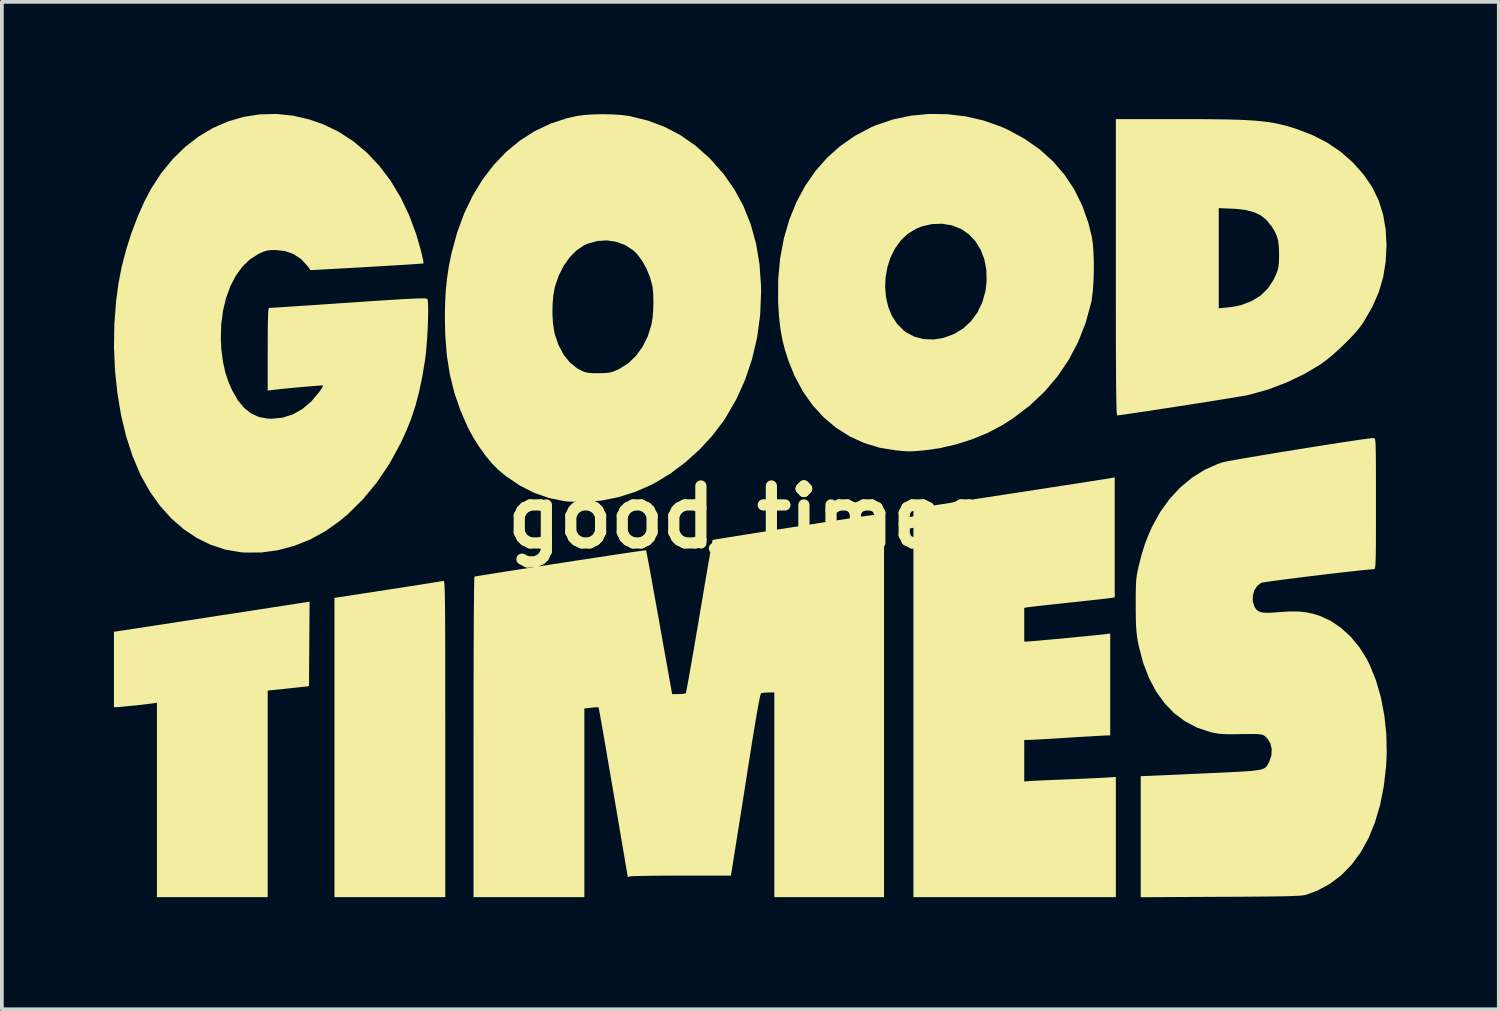
<source format=kicad_pcb>
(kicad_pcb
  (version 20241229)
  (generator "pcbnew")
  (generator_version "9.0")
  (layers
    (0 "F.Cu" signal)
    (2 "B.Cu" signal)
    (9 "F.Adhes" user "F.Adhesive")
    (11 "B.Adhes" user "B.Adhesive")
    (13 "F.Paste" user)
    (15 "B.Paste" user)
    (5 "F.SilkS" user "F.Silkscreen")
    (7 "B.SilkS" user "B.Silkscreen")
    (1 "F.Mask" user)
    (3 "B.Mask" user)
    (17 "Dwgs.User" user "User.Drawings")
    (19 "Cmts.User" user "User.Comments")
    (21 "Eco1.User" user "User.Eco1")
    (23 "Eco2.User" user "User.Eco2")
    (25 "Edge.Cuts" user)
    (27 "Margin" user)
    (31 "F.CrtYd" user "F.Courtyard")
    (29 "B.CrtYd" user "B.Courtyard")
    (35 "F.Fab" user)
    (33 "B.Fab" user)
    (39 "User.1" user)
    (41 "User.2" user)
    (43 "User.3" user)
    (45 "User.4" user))
  (footprint "good_times"
    (layer "F.Cu")
    (at 16.984 10.795)
    (property "Reference" "good_times" (at 0 0 0) (layer "F.SilkS") (effects (font (size 1.524 1.524) (thickness 0.3))))
    (attr board_only exclude_from_pos_files exclude_from_bom)
    (fp_poly (pts (xy -11.762 4.526) (xy -12.867 4.643) (xy -12.867 10.172) (xy -15.833 10.172) (xy -15.833 4.966) (xy -15.917 4.981) (xy -15.992 4.991) (xy -16.109 5.006) (xy -16.253 5.023) (xy -16.411 5.04) (xy -16.568 5.056) (xy -16.71 5.07) (xy -16.824 5.081) (xy -16.896 5.086) (xy -16.907 5.086) (xy -16.984 5.086) (xy -16.984 3.069) (xy -14.463 2.682) (xy -14.078 2.622) (xy -13.708 2.566) (xy -13.359 2.512) (xy -13.034 2.462) (xy -12.739 2.416) (xy -12.478 2.376) (xy -12.255 2.342) (xy -12.076 2.314) (xy -11.944 2.294) (xy -11.865 2.282) (xy -11.844 2.278) (xy -11.746 2.263)) (stroke (width 0) (type solid)) (fill yes) (layer "F.SilkS"))
    (fp_poly (pts (xy -8.159 1.706) (xy -8.152 1.713) (xy -8.146 1.729) (xy -8.141 1.758) (xy -8.136 1.802) (xy -8.132 1.864) (xy -8.129 1.948) (xy -8.125 2.056) (xy -8.123 2.19) (xy -8.121 2.355) (xy -8.119 2.553) (xy -8.117 2.786) (xy -8.116 3.059) (xy -8.115 3.373) (xy -8.114 3.732) (xy -8.114 4.138) (xy -8.114 4.595) (xy -8.114 5.105) (xy -8.113 5.672) (xy -8.113 5.932) (xy -8.113 10.172) (xy -11.08 10.172) (xy -11.08 2.161) (xy -9.65 1.941) (xy -9.361 1.897) (xy -9.09 1.855) (xy -8.842 1.816) (xy -8.624 1.782) (xy -8.441 1.752) (xy -8.3 1.73) (xy -8.206 1.714) (xy -8.166 1.706)) (stroke (width 0) (type solid)) (fill yes) (layer "F.SilkS"))
    (fp_poly (pts (xy 9.809 2.147) (xy 9.71 2.163) (xy 9.657 2.17) (xy 9.552 2.183) (xy 9.402 2.2) (xy 9.215 2.221) (xy 9.001 2.244) (xy 8.765 2.27) (xy 8.613 2.286) (xy 8.368 2.312) (xy 8.138 2.337) (xy 7.931 2.36) (xy 7.755 2.379) (xy 7.618 2.395) (xy 7.528 2.406) (xy 7.5 2.41) (xy 7.387 2.427) (xy 7.387 3.33) (xy 7.464 3.33) (xy 7.513 3.327) (xy 7.612 3.319) (xy 7.755 3.307) (xy 7.931 3.291) (xy 8.131 3.273) (xy 8.347 3.253) (xy 8.57 3.232) (xy 8.791 3.21) (xy 9.002 3.19) (xy 9.192 3.171) (xy 9.353 3.155) (xy 9.477 3.142) (xy 9.554 3.133) (xy 9.559 3.132) (xy 9.688 3.115) (xy 9.688 5.843) (xy 9.604 5.843) (xy 9.554 5.845) (xy 9.452 5.851) (xy 9.305 5.859) (xy 9.122 5.87) (xy 8.911 5.882) (xy 8.68 5.896) (xy 8.568 5.903) (xy 8.328 5.918) (xy 8.103 5.932) (xy 7.901 5.944) (xy 7.731 5.953) (xy 7.601 5.96) (xy 7.519 5.963) (xy 7.5 5.964) (xy 7.387 5.964) (xy 7.387 7.077) (xy 7.516 7.066) (xy 7.581 7.062) (xy 7.697 7.056) (xy 7.853 7.048) (xy 8.041 7.04) (xy 8.251 7.031) (xy 8.431 7.024) (xy 8.664 7.015) (xy 8.896 7.005) (xy 9.114 6.995) (xy 9.305 6.986) (xy 9.456 6.979) (xy 9.529 6.974) (xy 9.839 6.956) (xy 9.839 10.172) (xy 4.42 10.172) (xy 4.42 -0.231) (xy 7.046 -0.633) (xy 7.439 -0.693) (xy 7.815 -0.751) (xy 8.171 -0.806) (xy 8.502 -0.857) (xy 8.803 -0.903) (xy 9.07 -0.945) (xy 9.299 -0.98) (xy 9.485 -1.01) (xy 9.623 -1.031) (xy 9.711 -1.046) (xy 9.741 -1.051) (xy 9.809 -1.066)) (stroke (width 0) (type solid)) (fill yes) (layer "F.SilkS"))
    (fp_poly (pts (xy 5.324 -10.788) (xy 5.814 -10.73) (xy 6.293 -10.62) (xy 6.756 -10.458) (xy 6.952 -10.37) (xy 7.402 -10.125) (xy 7.806 -9.841) (xy 8.162 -9.519) (xy 8.471 -9.16) (xy 8.731 -8.764) (xy 8.944 -8.331) (xy 9.108 -7.863) (xy 9.195 -7.508) (xy 9.222 -7.325) (xy 9.24 -7.098) (xy 9.249 -6.842) (xy 9.249 -6.574) (xy 9.24 -6.307) (xy 9.223 -6.06) (xy 9.197 -5.845) (xy 9.178 -5.74) (xy 9.03 -5.201) (xy 8.83 -4.692) (xy 8.578 -4.213) (xy 8.276 -3.768) (xy 7.925 -3.356) (xy 7.526 -2.98) (xy 7.08 -2.642) (xy 6.792 -2.458) (xy 6.413 -2.259) (xy 5.995 -2.086) (xy 5.555 -1.946) (xy 5.112 -1.844) (xy 4.703 -1.788) (xy 4.54 -1.774) (xy 4.418 -1.765) (xy 4.32 -1.762) (xy 4.227 -1.764) (xy 4.12 -1.772) (xy 3.981 -1.785) (xy 3.951 -1.788) (xy 3.512 -1.859) (xy 3.097 -1.986) (xy 2.708 -2.165) (xy 2.347 -2.395) (xy 2.017 -2.673) (xy 1.721 -2.997) (xy 1.461 -3.365) (xy 1.24 -3.776) (xy 1.071 -4.193) (xy 0.978 -4.485) (xy 0.907 -4.769) (xy 0.856 -5.06) (xy 0.821 -5.376) (xy 0.799 -5.732) (xy 0.797 -5.799) (xy 0.799 -6.156) (xy 3.662 -6.156) (xy 3.686 -5.885) (xy 3.747 -5.626) (xy 3.846 -5.385) (xy 3.985 -5.172) (xy 4.164 -4.993) (xy 4.227 -4.946) (xy 4.448 -4.83) (xy 4.693 -4.767) (xy 4.956 -4.756) (xy 5.223 -4.799) (xy 5.503 -4.901) (xy 5.751 -5.051) (xy 5.962 -5.246) (xy 6.134 -5.481) (xy 6.264 -5.751) (xy 6.348 -6.053) (xy 6.379 -6.31) (xy 6.373 -6.615) (xy 6.319 -6.902) (xy 6.219 -7.162) (xy 6.078 -7.389) (xy 5.898 -7.578) (xy 5.697 -7.715) (xy 5.452 -7.812) (xy 5.188 -7.856) (xy 4.916 -7.846) (xy 4.645 -7.784) (xy 4.491 -7.722) (xy 4.271 -7.588) (xy 4.084 -7.411) (xy 3.93 -7.199) (xy 3.81 -6.96) (xy 3.725 -6.701) (xy 3.676 -6.431) (xy 3.662 -6.156) (xy 0.799 -6.156) (xy 0.801 -6.382) (xy 0.853 -6.939) (xy 0.953 -7.469) (xy 1.099 -7.969) (xy 1.289 -8.437) (xy 1.523 -8.871) (xy 1.798 -9.268) (xy 2.113 -9.626) (xy 2.468 -9.941) (xy 2.861 -10.213) (xy 3.29 -10.438) (xy 3.424 -10.496) (xy 3.875 -10.648) (xy 4.347 -10.747) (xy 4.833 -10.794)) (stroke (width 0) (type solid)) (fill yes) (layer "F.SilkS"))
    (fp_poly (pts (xy 11.981 -10.656) (xy 12.377 -10.653) (xy 12.723 -10.649) (xy 13.025 -10.642) (xy 13.289 -10.632) (xy 13.52 -10.618) (xy 13.725 -10.6) (xy 13.908 -10.578) (xy 14.076 -10.551) (xy 14.233 -10.519) (xy 14.386 -10.48) (xy 14.54 -10.436) (xy 14.668 -10.395) (xy 15.104 -10.228) (xy 15.494 -10.028) (xy 15.846 -9.792) (xy 16.165 -9.513) (xy 16.198 -9.48) (xy 16.479 -9.163) (xy 16.704 -8.832) (xy 16.874 -8.481) (xy 16.993 -8.106) (xy 17.063 -7.701) (xy 17.085 -7.281) (xy 17.063 -6.835) (xy 16.994 -6.417) (xy 16.875 -6.016) (xy 16.702 -5.623) (xy 16.474 -5.23) (xy 16.429 -5.162) (xy 16.327 -5.027) (xy 16.188 -4.869) (xy 16.022 -4.697) (xy 15.841 -4.522) (xy 15.658 -4.357) (xy 15.482 -4.211) (xy 15.326 -4.096) (xy 15.319 -4.092) (xy 14.884 -3.832) (xy 14.411 -3.606) (xy 13.917 -3.418) (xy 13.418 -3.278) (xy 13.376 -3.268) (xy 13.308 -3.255) (xy 13.189 -3.235) (xy 13.027 -3.207) (xy 12.828 -3.175) (xy 12.598 -3.138) (xy 12.345 -3.097) (xy 12.074 -3.055) (xy 11.793 -3.011) (xy 11.508 -2.966) (xy 11.226 -2.923) (xy 10.954 -2.881) (xy 10.698 -2.842) (xy 10.465 -2.807) (xy 10.261 -2.777) (xy 10.094 -2.752) (xy 9.97 -2.735) (xy 9.895 -2.726) (xy 9.878 -2.725) (xy 9.872 -2.734) (xy 9.867 -2.766) (xy 9.862 -2.821) (xy 9.858 -2.903) (xy 9.855 -3.015) (xy 9.851 -3.159) (xy 9.849 -3.337) (xy 9.846 -3.553) (xy 9.844 -3.81) (xy 9.843 -4.109) (xy 9.841 -4.454) (xy 9.84 -4.847) (xy 9.84 -5.291) (xy 9.839 -5.789) (xy 9.839 -6.343) (xy 9.839 -6.691) (xy 9.839 -8.273) (xy 12.594 -8.273) (xy 12.594 -5.592) (xy 12.819 -5.613) (xy 12.959 -5.63) (xy 13.102 -5.656) (xy 13.205 -5.681) (xy 13.486 -5.79) (xy 13.722 -5.939) (xy 13.915 -6.13) (xy 14.067 -6.364) (xy 14.139 -6.524) (xy 14.172 -6.621) (xy 14.194 -6.716) (xy 14.205 -6.828) (xy 14.209 -6.974) (xy 14.209 -7.039) (xy 14.203 -7.241) (xy 14.184 -7.401) (xy 14.145 -7.537) (xy 14.083 -7.668) (xy 13.999 -7.8) (xy 13.87 -7.957) (xy 13.719 -8.078) (xy 13.538 -8.164) (xy 13.32 -8.222) (xy 13.055 -8.253) (xy 12.965 -8.258) (xy 12.594 -8.273) (xy 9.839 -8.273) (xy 9.839 -10.656) (xy 11.531 -10.656)) (stroke (width 0) (type solid)) (fill yes) (layer "F.SilkS"))
    (fp_poly (pts (xy -3.63 -10.782) (xy -3.383 -10.765) (xy -3.176 -10.737) (xy -3.167 -10.735) (xy -2.685 -10.615) (xy -2.237 -10.446) (xy -1.819 -10.227) (xy -1.426 -9.954) (xy -1.054 -9.625) (xy -1.014 -9.585) (xy -0.667 -9.194) (xy -0.372 -8.773) (xy -0.128 -8.321) (xy 0.065 -7.837) (xy 0.207 -7.32) (xy 0.299 -6.772) (xy 0.34 -6.189) (xy 0.342 -6.025) (xy 0.317 -5.413) (xy 0.236 -4.816) (xy 0.102 -4.238) (xy -0.084 -3.683) (xy -0.322 -3.155) (xy -0.61 -2.658) (xy -0.668 -2.57) (xy -0.964 -2.181) (xy -1.305 -1.811) (xy -1.682 -1.471) (xy -2.083 -1.17) (xy -2.497 -0.918) (xy -2.604 -0.862) (xy -3.034 -0.675) (xy -3.48 -0.535) (xy -3.932 -0.444) (xy -4.38 -0.404) (xy -4.815 -0.417) (xy -4.92 -0.428) (xy -5.329 -0.51) (xy -5.73 -0.65) (xy -6.117 -0.846) (xy -6.485 -1.094) (xy -6.714 -1.285) (xy -6.873 -1.448) (xy -7.041 -1.653) (xy -7.208 -1.887) (xy -7.364 -2.135) (xy -7.498 -2.382) (xy -7.51 -2.405) (xy -7.711 -2.866) (xy -7.871 -3.334) (xy -7.99 -3.818) (xy -8.071 -4.327) (xy -8.114 -4.871) (xy -8.124 -5.328) (xy -8.123 -5.433) (xy -5.244 -5.433) (xy -5.229 -5.179) (xy -5.194 -4.955) (xy -5.181 -4.899) (xy -5.079 -4.601) (xy -4.943 -4.346) (xy -4.775 -4.138) (xy -4.578 -3.979) (xy -4.397 -3.889) (xy -4.29 -3.864) (xy -4.134 -3.853) (xy -3.978 -3.853) (xy -3.833 -3.859) (xy -3.727 -3.869) (xy -3.639 -3.889) (xy -3.55 -3.924) (xy -3.444 -3.974) (xy -3.212 -4.122) (xy -3.007 -4.319) (xy -2.833 -4.559) (xy -2.694 -4.836) (xy -2.597 -5.143) (xy -2.589 -5.176) (xy -2.563 -5.341) (xy -2.547 -5.542) (xy -2.541 -5.757) (xy -2.545 -5.963) (xy -2.561 -6.139) (xy -2.57 -6.192) (xy -2.633 -6.426) (xy -2.728 -6.657) (xy -2.846 -6.868) (xy -2.979 -7.045) (xy -3.076 -7.14) (xy -3.294 -7.282) (xy -3.534 -7.372) (xy -3.789 -7.409) (xy -4.047 -7.392) (xy -4.3 -7.321) (xy -4.398 -7.277) (xy -4.597 -7.144) (xy -4.78 -6.96) (xy -4.941 -6.734) (xy -5.074 -6.472) (xy -5.173 -6.184) (xy -5.18 -6.161) (xy -5.22 -5.945) (xy -5.241 -5.696) (xy -5.244 -5.433) (xy -8.123 -5.433) (xy -8.118 -5.716) (xy -8.1 -6.063) (xy -8.067 -6.386) (xy -8.019 -6.705) (xy -7.952 -7.037) (xy -7.946 -7.064) (xy -7.797 -7.615) (xy -7.608 -8.129) (xy -7.38 -8.604) (xy -7.115 -9.039) (xy -6.815 -9.431) (xy -6.483 -9.778) (xy -6.118 -10.079) (xy -5.725 -10.331) (xy -5.304 -10.532) (xy -4.857 -10.68) (xy -4.608 -10.736) (xy -4.404 -10.765) (xy -4.159 -10.782) (xy -3.895 -10.788)) (stroke (width 0) (type solid)) (fill yes) (layer "F.SilkS"))
    (fp_poly (pts (xy 3.633 10.172) (xy 0.696 10.172) (xy 0.696 4.692) (xy 0.537 4.693) (xy 0.439 4.698) (xy 0.364 4.709) (xy 0.34 4.718) (xy 0.326 4.754) (xy 0.304 4.848) (xy 0.274 4.998) (xy 0.237 5.202) (xy 0.193 5.459) (xy 0.142 5.766) (xy 0.084 6.122) (xy 0.047 6.36) (xy -0.007 6.699) (xy -0.061 7.047) (xy -0.116 7.394) (xy -0.169 7.731) (xy -0.219 8.047) (xy -0.265 8.334) (xy -0.304 8.581) (xy -0.335 8.778) (xy -0.337 8.787) (xy -0.466 9.597) (xy -1.758 9.597) (xy -2.035 9.597) (xy -2.296 9.598) (xy -2.534 9.6) (xy -2.742 9.603) (xy -2.914 9.606) (xy -3.042 9.609) (xy -3.12 9.613) (xy -3.139 9.615) (xy -3.227 9.632) (xy -3.355 8.88) (xy -3.454 8.301) (xy -3.542 7.778) (xy -3.622 7.31) (xy -3.693 6.895) (xy -3.756 6.53) (xy -3.81 6.212) (xy -3.857 5.94) (xy -3.897 5.71) (xy -3.93 5.521) (xy -3.957 5.369) (xy -3.978 5.253) (xy -3.993 5.17) (xy -4.004 5.118) (xy -4.009 5.094) (xy -4.01 5.092) (xy -4.045 5.089) (xy -4.121 5.093) (xy -4.206 5.101) (xy -4.39 5.122) (xy -4.39 10.172) (xy -7.357 10.172) (xy -7.357 5.89) (xy -7.356 5.386) (xy -7.356 4.898) (xy -7.355 4.431) (xy -7.354 3.987) (xy -7.353 3.57) (xy -7.351 3.183) (xy -7.35 2.83) (xy -7.348 2.515) (xy -7.345 2.24) (xy -7.343 2.009) (xy -7.341 1.825) (xy -7.338 1.693) (xy -7.335 1.615) (xy -7.333 1.594) (xy -7.3 1.586) (xy -7.213 1.571) (xy -7.077 1.549) (xy -6.899 1.52) (xy -6.683 1.486) (xy -6.436 1.447) (xy -6.163 1.404) (xy -5.87 1.358) (xy -5.561 1.31) (xy -5.244 1.261) (xy -4.922 1.212) (xy -4.603 1.163) (xy -4.291 1.115) (xy -3.993 1.07) (xy -3.713 1.027) (xy -3.458 0.989) (xy -3.232 0.955) (xy -3.042 0.927) (xy -2.893 0.906) (xy -2.791 0.892) (xy -2.741 0.886) (xy -2.737 0.886) (xy -2.73 0.915) (xy -2.714 0.998) (xy -2.688 1.136) (xy -2.652 1.329) (xy -2.606 1.578) (xy -2.551 1.883) (xy -2.486 2.246) (xy -2.41 2.665) (xy -2.325 3.143) (xy -2.229 3.68) (xy -2.156 4.087) (xy -2.04 4.738) (xy -1.869 4.737) (xy -1.772 4.733) (xy -1.7 4.722) (xy -1.675 4.713) (xy -1.666 4.68) (xy -1.648 4.592) (xy -1.622 4.454) (xy -1.589 4.271) (xy -1.549 4.048) (xy -1.504 3.79) (xy -1.454 3.502) (xy -1.401 3.189) (xy -1.344 2.855) (xy -1.311 2.658) (xy -1.253 2.315) (xy -1.198 1.99) (xy -1.147 1.688) (xy -1.1 1.413) (xy -1.058 1.171) (xy -1.022 0.966) (xy -0.992 0.803) (xy -0.971 0.687) (xy -0.958 0.623) (xy -0.955 0.612) (xy -0.924 0.605) (xy -0.838 0.59) (xy -0.704 0.568) (xy -0.527 0.539) (xy -0.312 0.504) (xy -0.066 0.465) (xy 0.206 0.422) (xy 0.498 0.376) (xy 0.805 0.328) (xy 1.12 0.279) (xy 1.439 0.229) (xy 1.756 0.18) (xy 2.064 0.133) (xy 2.359 0.088) (xy 2.635 0.046) (xy 2.885 0.008) (xy 3.105 -0.025) (xy 3.289 -0.052) (xy 3.431 -0.073) (xy 3.525 -0.085) (xy 3.565 -0.09) (xy 3.633 -0.091)) (stroke (width 0) (type solid)) (fill yes) (layer "F.SilkS"))
    (fp_poly (pts (xy -12.194 -10.749) (xy -11.745 -10.645) (xy -11.383 -10.518) (xy -10.965 -10.316) (xy -10.573 -10.061) (xy -10.209 -9.755) (xy -9.876 -9.402) (xy -9.575 -9.003) (xy -9.309 -8.561) (xy -9.078 -8.078) (xy -8.886 -7.558) (xy -8.775 -7.171) (xy -8.74 -7.032) (xy -8.714 -6.915) (xy -8.698 -6.832) (xy -8.695 -6.795) (xy -8.696 -6.795) (xy -8.728 -6.79) (xy -8.815 -6.783) (xy -8.95 -6.773) (xy -9.129 -6.761) (xy -9.345 -6.748) (xy -9.592 -6.733) (xy -9.865 -6.717) (xy -10.157 -6.7) (xy -10.215 -6.697) (xy -11.721 -6.613) (xy -11.806 -6.729) (xy -11.976 -6.912) (xy -12.178 -7.045) (xy -12.41 -7.125) (xy -12.663 -7.152) (xy -12.792 -7.149) (xy -12.89 -7.136) (xy -12.984 -7.106) (xy -13.1 -7.054) (xy -13.123 -7.042) (xy -13.347 -6.898) (xy -13.547 -6.704) (xy -13.721 -6.463) (xy -13.867 -6.183) (xy -13.982 -5.868) (xy -14.064 -5.523) (xy -14.112 -5.155) (xy -14.122 -4.768) (xy -14.108 -4.495) (xy -14.066 -4.163) (xy -14.001 -3.869) (xy -13.907 -3.593) (xy -13.816 -3.391) (xy -13.667 -3.131) (xy -13.501 -2.928) (xy -13.317 -2.78) (xy -13.11 -2.684) (xy -12.878 -2.639) (xy -12.763 -2.634) (xy -12.471 -2.663) (xy -12.197 -2.75) (xy -11.94 -2.894) (xy -11.704 -3.093) (xy -11.489 -3.349) (xy -11.46 -3.389) (xy -11.413 -3.462) (xy -11.388 -3.513) (xy -11.387 -3.526) (xy -11.419 -3.526) (xy -11.501 -3.521) (xy -11.623 -3.512) (xy -11.775 -3.5) (xy -11.947 -3.485) (xy -12.128 -3.468) (xy -12.309 -3.451) (xy -12.48 -3.434) (xy -12.63 -3.417) (xy -12.723 -3.406) (xy -12.867 -3.389) (xy -12.867 -4.495) (xy -12.866 -4.795) (xy -12.865 -5.04) (xy -12.862 -5.233) (xy -12.858 -5.381) (xy -12.853 -5.486) (xy -12.846 -5.555) (xy -12.838 -5.591) (xy -12.829 -5.6) (xy -12.793 -5.602) (xy -12.702 -5.608) (xy -12.56 -5.617) (xy -12.373 -5.629) (xy -12.145 -5.644) (xy -11.882 -5.662) (xy -11.588 -5.681) (xy -11.269 -5.703) (xy -10.93 -5.726) (xy -10.707 -5.741) (xy -10.294 -5.769) (xy -9.938 -5.793) (xy -9.635 -5.812) (xy -9.38 -5.828) (xy -9.169 -5.84) (xy -8.998 -5.849) (xy -8.863 -5.855) (xy -8.761 -5.857) (xy -8.687 -5.857) (xy -8.637 -5.854) (xy -8.607 -5.848) (xy -8.593 -5.841) (xy -8.593 -5.84) (xy -8.581 -5.79) (xy -8.574 -5.69) (xy -8.571 -5.548) (xy -8.573 -5.375) (xy -8.579 -5.181) (xy -8.588 -4.974) (xy -8.601 -4.765) (xy -8.616 -4.562) (xy -8.633 -4.377) (xy -8.653 -4.218) (xy -8.656 -4.2) (xy -8.73 -3.754) (xy -8.814 -3.355) (xy -8.91 -2.99) (xy -9.023 -2.645) (xy -9.157 -2.309) (xy -9.31 -1.977) (xy -9.605 -1.435) (xy -9.939 -0.938) (xy -10.309 -0.488) (xy -10.716 -0.085) (xy -10.937 0.101) (xy -11.323 0.375) (xy -11.731 0.598) (xy -12.156 0.768) (xy -12.592 0.885) (xy -13.034 0.945) (xy -13.474 0.948) (xy -13.608 0.937) (xy -14.012 0.866) (xy -14.4 0.737) (xy -14.771 0.554) (xy -15.122 0.318) (xy -15.448 0.033) (xy -15.748 -0.3) (xy -16.018 -0.679) (xy -16.255 -1.1) (xy -16.287 -1.166) (xy -16.488 -1.643) (xy -16.657 -2.165) (xy -16.791 -2.723) (xy -16.89 -3.309) (xy -16.954 -3.916) (xy -16.982 -4.537) (xy -16.973 -5.164) (xy -16.925 -5.789) (xy -16.859 -6.279) (xy -16.774 -6.711) (xy -16.657 -7.159) (xy -16.514 -7.609) (xy -16.349 -8.044) (xy -16.169 -8.449) (xy -15.994 -8.783) (xy -15.719 -9.207) (xy -15.412 -9.584) (xy -15.076 -9.913) (xy -14.715 -10.191) (xy -14.332 -10.419) (xy -13.93 -10.594) (xy -13.511 -10.716) (xy -13.081 -10.783) (xy -12.641 -10.795)) (stroke (width 0) (type solid)) (fill yes) (layer "F.SilkS"))
    (fp_poly (pts (xy 16.753 -2.118) (xy 16.764 -2.113) (xy 16.773 -2.098) (xy 16.781 -2.069) (xy 16.787 -2.022) (xy 16.792 -1.952) (xy 16.796 -1.855) (xy 16.798 -1.725) (xy 16.8 -1.558) (xy 16.801 -1.35) (xy 16.802 -1.095) (xy 16.802 -0.791) (xy 16.802 -0.431) (xy 16.802 -0.363) (xy 16.802 0.007) (xy 16.802 0.322) (xy 16.801 0.585) (xy 16.8 0.802) (xy 16.798 0.976) (xy 16.795 1.112) (xy 16.791 1.215) (xy 16.786 1.29) (xy 16.78 1.34) (xy 16.773 1.371) (xy 16.764 1.387) (xy 16.754 1.393) (xy 16.749 1.393) (xy 16.679 1.397) (xy 16.559 1.408) (xy 16.397 1.424) (xy 16.2 1.446) (xy 15.976 1.471) (xy 15.731 1.499) (xy 15.473 1.529) (xy 15.209 1.561) (xy 14.945 1.593) (xy 14.69 1.625) (xy 14.45 1.655) (xy 14.233 1.683) (xy 14.046 1.708) (xy 13.895 1.73) (xy 13.789 1.746) (xy 13.734 1.757) (xy 13.729 1.759) (xy 13.621 1.842) (xy 13.545 1.963) (xy 13.505 2.107) (xy 13.505 2.257) (xy 13.548 2.393) (xy 13.592 2.464) (xy 13.647 2.514) (xy 13.72 2.545) (xy 13.823 2.559) (xy 13.963 2.56) (xy 14.152 2.547) (xy 14.216 2.542) (xy 14.495 2.524) (xy 14.732 2.526) (xy 14.945 2.549) (xy 15.149 2.595) (xy 15.284 2.637) (xy 15.58 2.77) (xy 15.86 2.958) (xy 16.12 3.194) (xy 16.353 3.475) (xy 16.555 3.794) (xy 16.634 3.951) (xy 16.802 4.367) (xy 16.934 4.822) (xy 17.027 5.307) (xy 17.08 5.809) (xy 17.091 6.32) (xy 17.075 6.66) (xy 17.012 7.207) (xy 16.911 7.714) (xy 16.774 8.178) (xy 16.602 8.598) (xy 16.394 8.973) (xy 16.152 9.302) (xy 15.877 9.584) (xy 15.569 9.817) (xy 15.229 10) (xy 14.942 10.107) (xy 14.905 10.116) (xy 14.856 10.124) (xy 14.79 10.131) (xy 14.703 10.137) (xy 14.591 10.142) (xy 14.45 10.147) (xy 14.275 10.151) (xy 14.061 10.154) (xy 13.805 10.157) (xy 13.503 10.159) (xy 13.149 10.162) (xy 12.74 10.164) (xy 12.647 10.164) (xy 10.505 10.175) (xy 10.505 6.933) (xy 10.588 6.931) (xy 10.634 6.93) (xy 10.735 6.926) (xy 10.883 6.919) (xy 11.074 6.911) (xy 11.301 6.901) (xy 11.557 6.89) (xy 11.837 6.877) (xy 12.135 6.863) (xy 12.194 6.861) (xy 12.549 6.845) (xy 12.848 6.831) (xy 13.097 6.818) (xy 13.301 6.806) (xy 13.464 6.794) (xy 13.593 6.779) (xy 13.691 6.763) (xy 13.765 6.743) (xy 13.819 6.719) (xy 13.858 6.689) (xy 13.888 6.654) (xy 13.912 6.611) (xy 13.938 6.56) (xy 13.949 6.539) (xy 14.004 6.376) (xy 14.012 6.209) (xy 13.975 6.054) (xy 13.895 5.923) (xy 13.832 5.865) (xy 13.801 5.844) (xy 13.767 5.828) (xy 13.722 5.817) (xy 13.659 5.81) (xy 13.567 5.806) (xy 13.44 5.806) (xy 13.268 5.807) (xy 13.072 5.81) (xy 12.878 5.812) (xy 12.728 5.808) (xy 12.603 5.798) (xy 12.489 5.78) (xy 12.366 5.753) (xy 12.361 5.751) (xy 12.01 5.634) (xy 11.689 5.465) (xy 11.398 5.246) (xy 11.14 4.977) (xy 10.914 4.662) (xy 10.724 4.301) (xy 10.569 3.896) (xy 10.452 3.448) (xy 10.425 3.315) (xy 10.405 3.188) (xy 10.39 3.054) (xy 10.38 2.901) (xy 10.374 2.717) (xy 10.371 2.491) (xy 10.371 2.331) (xy 10.371 2.105) (xy 10.374 1.928) (xy 10.378 1.788) (xy 10.386 1.673) (xy 10.398 1.57) (xy 10.416 1.469) (xy 10.44 1.357) (xy 10.456 1.288) (xy 10.534 0.986) (xy 10.617 0.721) (xy 10.713 0.471) (xy 10.809 0.257) (xy 11.023 -0.132) (xy 11.275 -0.484) (xy 11.561 -0.793) (xy 11.878 -1.056) (xy 12.22 -1.27) (xy 12.583 -1.43) (xy 12.699 -1.468) (xy 12.761 -1.483) (xy 12.877 -1.505) (xy 13.038 -1.535) (xy 13.24 -1.57) (xy 13.476 -1.611) (xy 13.739 -1.655) (xy 14.023 -1.702) (xy 14.322 -1.752) (xy 14.628 -1.801) (xy 14.937 -1.851) (xy 15.241 -1.899) (xy 15.534 -1.946) (xy 15.81 -1.988) (xy 16.063 -2.027) (xy 16.285 -2.06) (xy 16.471 -2.087) (xy 16.614 -2.106) (xy 16.708 -2.117) (xy 16.74 -2.119)) (stroke (width 0) (type solid)) (fill yes) (layer "F.SilkS")))
  (gr_rect
    (start -3 -3)
    (end 37.075 23.97)
    (stroke (width 0.1) (type default))
    (fill no)
    (layer "Edge.Cuts")))
</source>
